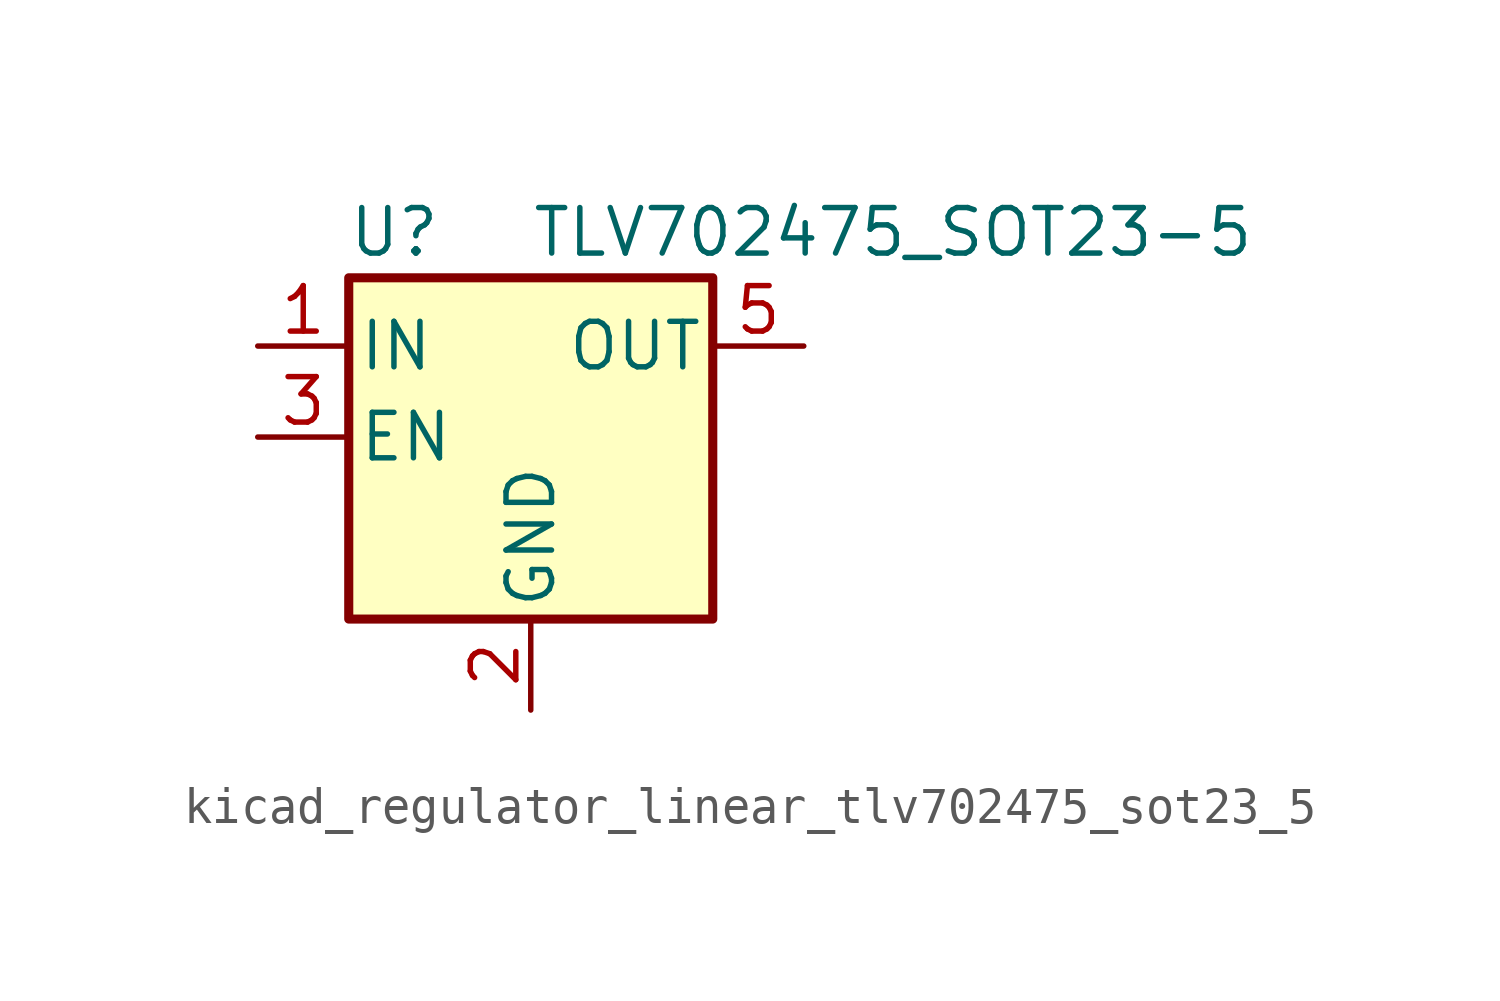
<source format=kicad_sym>
(kicad_symbol_lib
  (version 20220914)
  (generator kicad_symbol_editor)
  (symbol "kicad_regulator_linear_tlv702475_sot23_5"
    (pin_names
      (offset 0.254))
    (property "Reference" "U"
      (at -3.81 5.715 0)
      (effects (font (size 1.27 1.27))))
    (property "Value" "TLV702475_SOT23-5"
      (at 0 5.715 0)
      (effects (font (size 1.27 1.27)) (justify left)))
    (symbol "kicad_regulator_linear_tlv702475_sot23_5_0_1"
      (rectangle (start -5.08 4.445) (end 5.08 -5.08) (stroke (width 0.254) (type default)) (fill (type background))))
    (symbol "kicad_regulator_linear_tlv702475_sot23_5_1_1"
      (pin power_in line (at -7.62 2.54 0) (length 2.54) (name "IN" (effects (font (size 1.27 1.27)))) (number "1" (effects (font (size 1.27 1.27)))))
      (pin power_in line (at 0 -7.62 90) (length 2.54) (name "GND" (effects (font (size 1.27 1.27)))) (number "2" (effects (font (size 1.27 1.27)))))
      (pin input line (at -7.62 0 0) (length 2.54) (name "EN" (effects (font (size 1.27 1.27)))) (number "3" (effects (font (size 1.27 1.27)))))
      (pin no_connect line (at 5.08 0 180) (length 2.54) hide (name "NC" (effects (font (size 1.27 1.27)))) (number "4" (effects (font (size 1.27 1.27)))))
      (pin power_out line (at 7.62 2.54 180) (length 2.54) (name "OUT" (effects (font (size 1.27 1.27)))) (number "5" (effects (font (size 1.27 1.27))))))))
</source>
